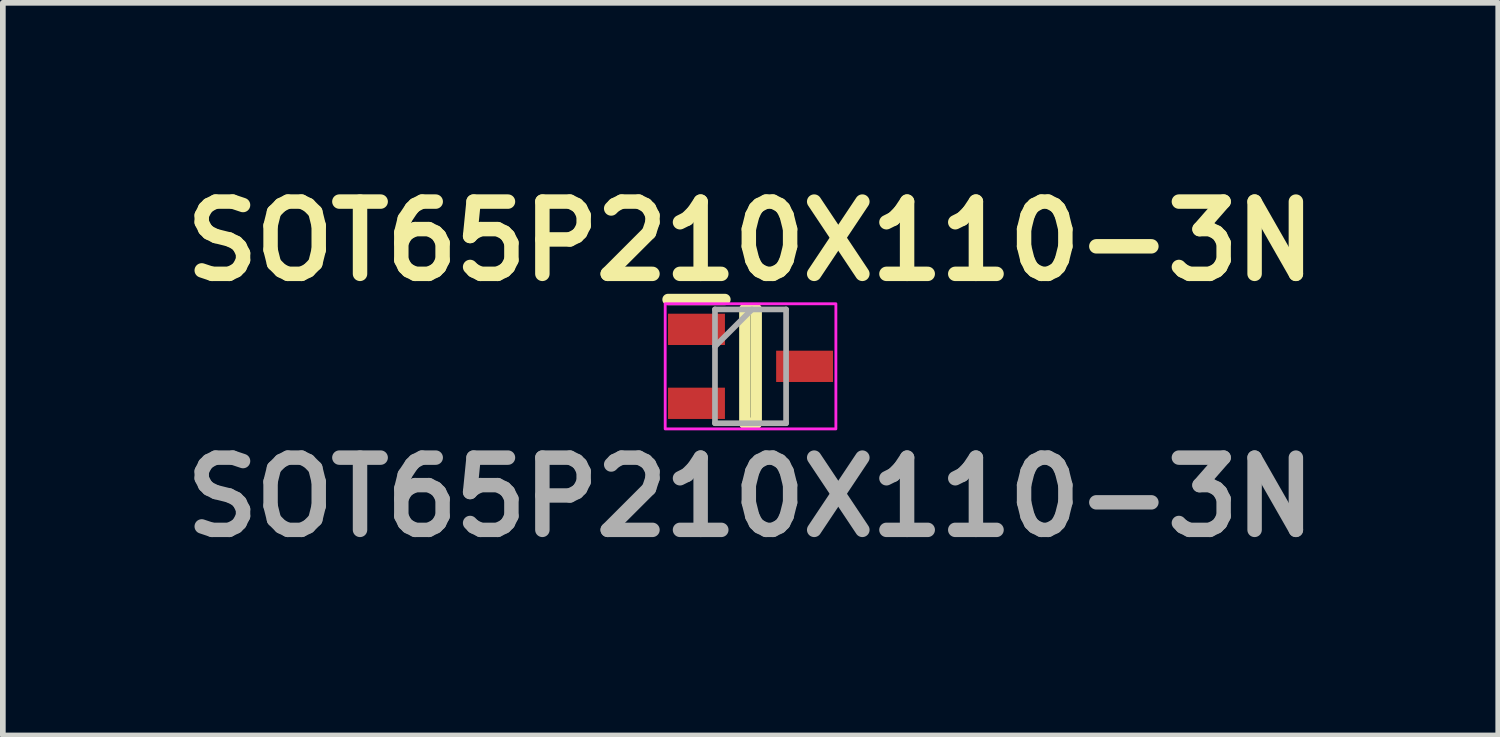
<source format=kicad_pcb>
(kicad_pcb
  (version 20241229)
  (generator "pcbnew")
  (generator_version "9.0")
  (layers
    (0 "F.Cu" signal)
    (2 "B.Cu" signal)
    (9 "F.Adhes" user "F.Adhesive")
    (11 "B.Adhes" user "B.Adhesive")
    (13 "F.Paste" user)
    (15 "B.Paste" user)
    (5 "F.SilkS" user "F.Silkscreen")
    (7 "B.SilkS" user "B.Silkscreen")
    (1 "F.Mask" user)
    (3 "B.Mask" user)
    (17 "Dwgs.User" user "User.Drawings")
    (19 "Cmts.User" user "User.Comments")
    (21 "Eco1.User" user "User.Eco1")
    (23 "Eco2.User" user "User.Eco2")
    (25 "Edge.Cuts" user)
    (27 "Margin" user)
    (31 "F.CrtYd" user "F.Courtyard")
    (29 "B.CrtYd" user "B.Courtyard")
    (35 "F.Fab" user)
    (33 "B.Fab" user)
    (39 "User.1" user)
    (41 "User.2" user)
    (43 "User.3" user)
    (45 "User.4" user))
  (footprint "SOT65P210X110-3N"
    (layer "F.Cu")
    (at 10.142 3.389)
    (property "Reference" "SOT65P210X110-3N" (at 0 -2.2 0) (layer "F.SilkS") (effects (font (size 1.27 1.27) (thickness 0.254))))
    (attr smd)
    (fp_line (start -1.45 -1.175) (end -0.45 -1.175) (stroke (width 0.2) (type solid)) (layer "F.SilkS"))
    (fp_line (start -0.1 -1) (end 0.1 -1) (stroke (width 0.2) (type solid)) (layer "F.SilkS"))
    (fp_line (start -0.1 1) (end -0.1 -1) (stroke (width 0.2) (type solid)) (layer "F.SilkS"))
    (fp_line (start 0.1 -1) (end 0.1 1) (stroke (width 0.2) (type solid)) (layer "F.SilkS"))
    (fp_line (start 0.1 1) (end -0.1 1) (stroke (width 0.2) (type solid)) (layer "F.SilkS"))
    (fp_rect (start -1.5 -1.1) (end 1.5 1.1) (stroke (width 0.05) (type default)) (fill no) (layer "F.CrtYd"))
    (fp_line (start -0.625 -1) (end 0.625 -1) (stroke (width 0.1) (type solid)) (layer "F.Fab"))
    (fp_line (start -0.625 -0.35) (end 0.025 -1) (stroke (width 0.1) (type solid)) (layer "F.Fab"))
    (fp_line (start -0.625 1) (end -0.625 -1) (stroke (width 0.1) (type solid)) (layer "F.Fab"))
    (fp_line (start 0.625 -1) (end 0.625 1) (stroke (width 0.1) (type solid)) (layer "F.Fab"))
    (fp_line (start 0.625 1) (end -0.625 1) (stroke (width 0.1) (type solid)) (layer "F.Fab"))
    (fp_text user "${REFERENCE}" (at 0 2.3 0) (layer "F.Fab") (effects (font (size 1.27 1.27) (thickness 0.254))))
    (pad "1" smd rect (at -0.95 -0.65 90) (size 0.55 1) (layers "F.Cu" "F.Mask" "F.Paste"))
    (pad "2" smd rect (at -0.95 0.65 90) (size 0.55 1) (layers "F.Cu" "F.Mask" "F.Paste"))
    (pad "3" smd rect (at 0.95 0 90) (size 0.55 1) (layers "F.Cu" "F.Mask" "F.Paste")))
  (gr_rect
    (start -3 -3)
    (end 23.284 9.877)
    (stroke (width 0.1) (type default))
    (fill no)
    (layer "Edge.Cuts")))
</source>
